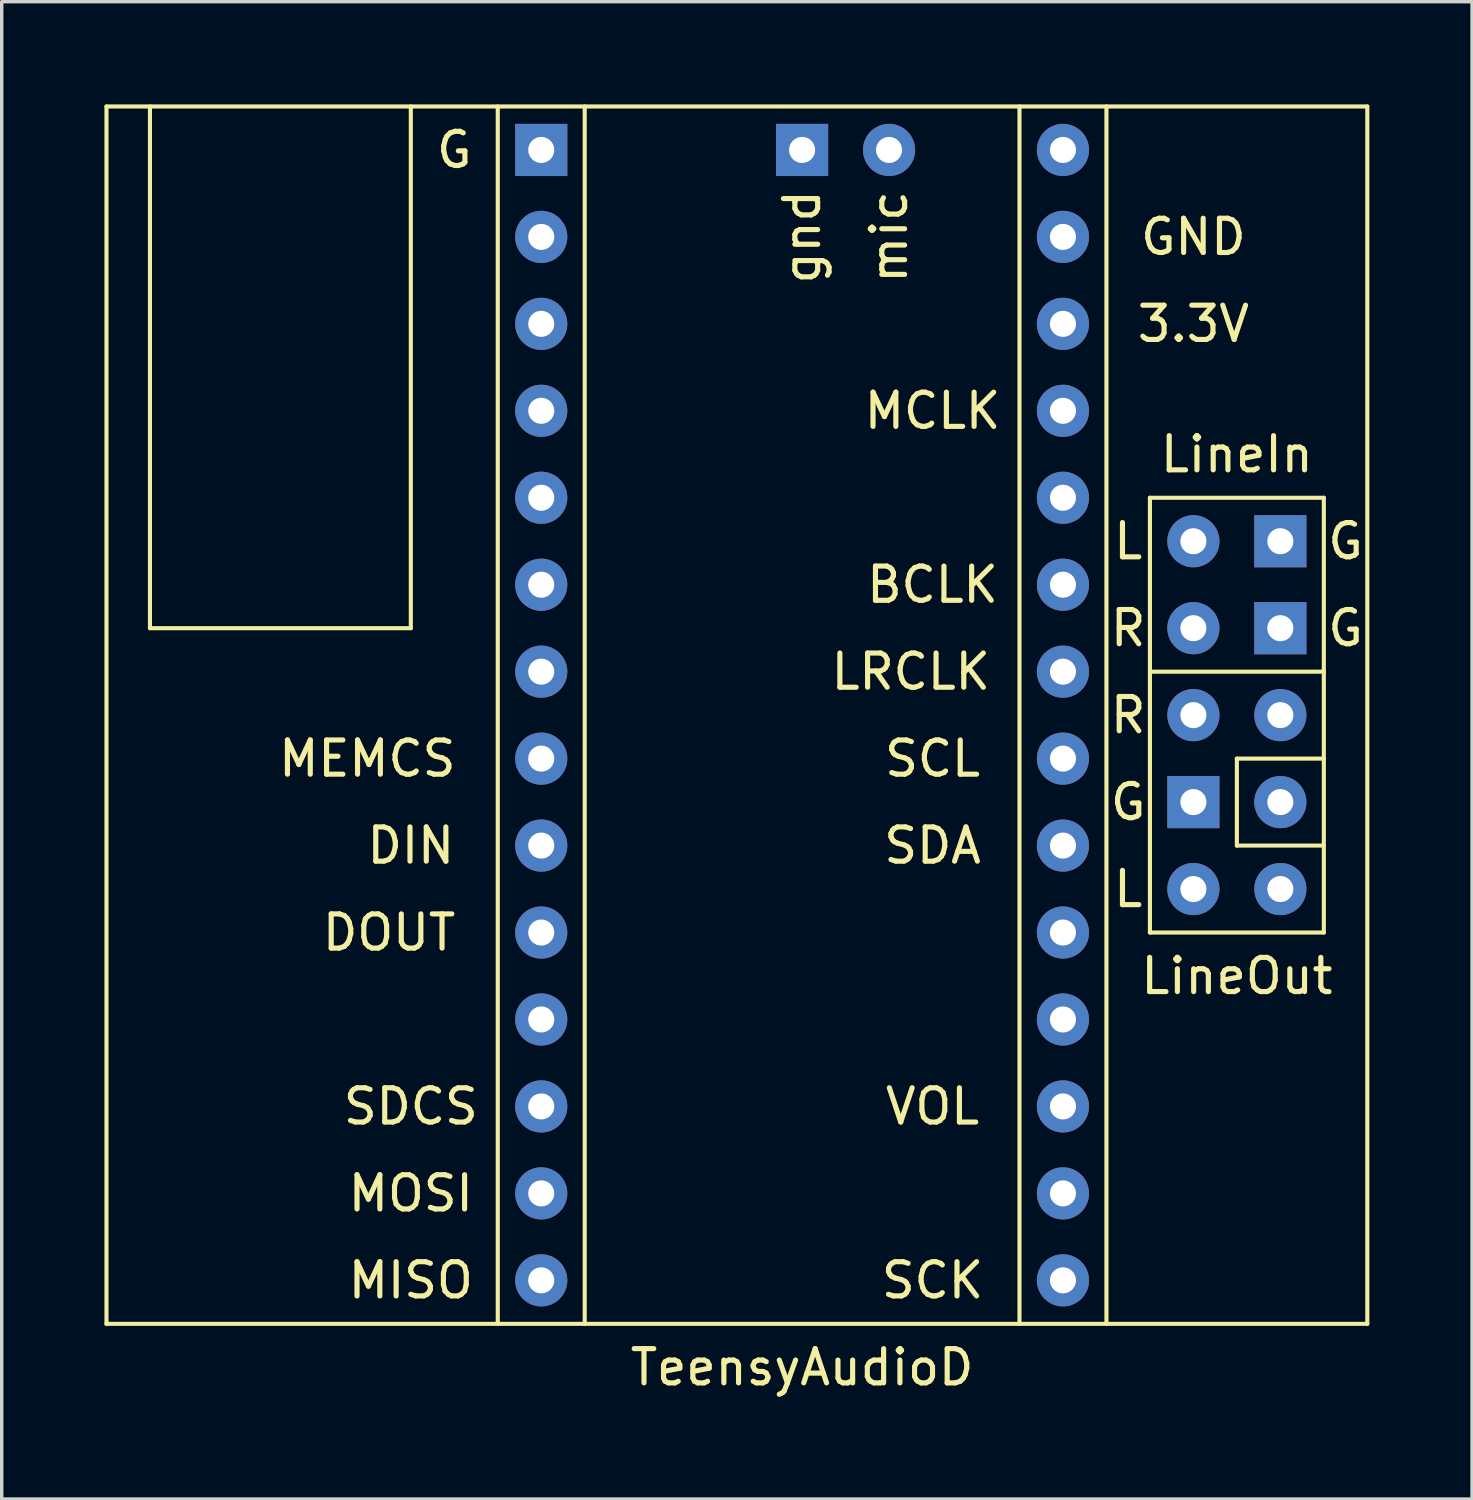
<source format=kicad_pcb>
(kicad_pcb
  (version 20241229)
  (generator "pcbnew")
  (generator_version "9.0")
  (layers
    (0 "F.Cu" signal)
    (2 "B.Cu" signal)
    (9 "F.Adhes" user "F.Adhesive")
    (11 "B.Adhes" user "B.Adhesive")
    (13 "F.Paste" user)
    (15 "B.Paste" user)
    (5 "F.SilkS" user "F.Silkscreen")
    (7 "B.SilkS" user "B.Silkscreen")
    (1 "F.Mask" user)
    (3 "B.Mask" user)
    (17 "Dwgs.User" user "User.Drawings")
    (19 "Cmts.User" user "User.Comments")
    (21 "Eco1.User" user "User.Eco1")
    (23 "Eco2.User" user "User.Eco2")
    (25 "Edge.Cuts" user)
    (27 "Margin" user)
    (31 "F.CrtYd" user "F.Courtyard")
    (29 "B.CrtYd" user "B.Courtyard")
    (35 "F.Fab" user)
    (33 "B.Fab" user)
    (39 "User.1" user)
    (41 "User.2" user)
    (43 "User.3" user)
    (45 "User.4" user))
  (footprint "TeensyAudioD"
    (layer "F.Cu")
    (at 20.38 16.57)
    (property "Reference" "TeensyAudioD" (at 0 20.32 0) (layer "F.SilkS") (effects (font (size 1 1) (thickness 0.15))))
    (attr through_hole)
    (fp_line (start -20.32 -16.51) (end 16.51 -16.51) (stroke (width 0.12) (type solid)) (layer "F.SilkS"))
    (fp_line (start -20.32 19.05) (end -20.32 -16.51) (stroke (width 0.12) (type solid)) (layer "F.SilkS"))
    (fp_line (start -19.05 -16.51) (end -19.05 -1.27) (stroke (width 0.12) (type solid)) (layer "F.SilkS"))
    (fp_line (start -19.05 -1.27) (end -11.43 -1.27) (stroke (width 0.12) (type solid)) (layer "F.SilkS"))
    (fp_line (start -11.43 -1.27) (end -11.43 -16.51) (stroke (width 0.12) (type solid)) (layer "F.SilkS"))
    (fp_line (start -8.89 -16.51) (end -8.89 19.05) (stroke (width 0.12) (type solid)) (layer "F.SilkS"))
    (fp_line (start -6.35 19.05) (end -6.35 -16.51) (stroke (width 0.12) (type solid)) (layer "F.SilkS"))
    (fp_line (start 6.35 -16.51) (end 6.35 19.05) (stroke (width 0.12) (type solid)) (layer "F.SilkS"))
    (fp_line (start 8.89 19.05) (end 8.89 -16.51) (stroke (width 0.12) (type solid)) (layer "F.SilkS"))
    (fp_line (start 10.16 -5.08) (end 10.16 7.62) (stroke (width 0.12) (type solid)) (layer "F.SilkS"))
    (fp_line (start 10.16 -5.08) (end 15.24 -5.08) (stroke (width 0.12) (type solid)) (layer "F.SilkS"))
    (fp_line (start 10.16 0) (end 15.24 0) (stroke (width 0.12) (type solid)) (layer "F.SilkS"))
    (fp_line (start 12.7 2.54) (end 12.7 5.08) (stroke (width 0.12) (type solid)) (layer "F.SilkS"))
    (fp_line (start 12.7 5.08) (end 15.24 5.08) (stroke (width 0.12) (type solid)) (layer "F.SilkS"))
    (fp_line (start 15.24 -5.08) (end 15.24 7.62) (stroke (width 0.12) (type solid)) (layer "F.SilkS"))
    (fp_line (start 15.24 2.54) (end 12.7 2.54) (stroke (width 0.12) (type solid)) (layer "F.SilkS"))
    (fp_line (start 15.24 7.62) (end 10.16 7.62) (stroke (width 0.12) (type solid)) (layer "F.SilkS"))
    (fp_line (start 16.51 -16.51) (end 16.51 19.05) (stroke (width 0.12) (type solid)) (layer "F.SilkS"))
    (fp_line (start 16.51 19.05) (end -20.32 19.05) (stroke (width 0.12) (type solid)) (layer "F.SilkS"))
    (fp_text user "LRCLK" (at 3.175 0 0) (layer "F.SilkS") (effects (font (size 1 1) (thickness 0.15))))
    (fp_text user "MOSI" (at -11.43 15.24 0) (layer "F.SilkS") (effects (font (size 1 1) (thickness 0.15))))
    (fp_text user "G" (at 9.525 3.81 0) (layer "F.SilkS") (effects (font (size 1 1) (thickness 0.15))))
    (fp_text user "SDCS" (at -11.43 12.7 0) (layer "F.SilkS") (effects (font (size 1 1) (thickness 0.15))))
    (fp_text user "VOL" (at 3.81 12.7 0) (layer "F.SilkS") (effects (font (size 1 1) (thickness 0.15))))
    (fp_text user "MEMCS" (at -12.7 2.54 0) (layer "F.SilkS") (effects (font (size 1 1) (thickness 0.15))))
    (fp_text user "SCK" (at 3.81 17.78 0) (layer "F.SilkS") (effects (font (size 1 1) (thickness 0.15))))
    (fp_text user "gnd" (at 0 -12.7 270) (layer "F.SilkS") (effects (font (size 1 1) (thickness 0.15))))
    (fp_text user "DIN" (at -11.43 5.08 0) (layer "F.SilkS") (effects (font (size 1 1) (thickness 0.15))))
    (fp_text user "MISO" (at -11.43 17.78 0) (layer "F.SilkS") (effects (font (size 1 1) (thickness 0.15))))
    (fp_text user "BCLK" (at 3.81 -2.54 0) (layer "F.SilkS") (effects (font (size 1 1) (thickness 0.15))))
    (fp_text user "LineOut" (at 12.7 8.89 0) (layer "F.SilkS") (effects (font (size 1 1) (thickness 0.15))))
    (fp_text user "L" (at 9.525 -3.81 0) (layer "F.SilkS") (effects (font (size 1 1) (thickness 0.15))))
    (fp_text user "R" (at 9.525 -1.27 0) (layer "F.SilkS") (effects (font (size 1 1) (thickness 0.15))))
    (fp_text user "3.3V" (at 11.43 -10.16 0) (layer "F.SilkS") (effects (font (size 1 1) (thickness 0.15))))
    (fp_text user "G" (at 15.875 -1.27 0) (layer "F.SilkS") (effects (font (size 1 1) (thickness 0.15))))
    (fp_text user "DOUT" (at -12.065 7.62 0) (layer "F.SilkS") (effects (font (size 1 1) (thickness 0.15))))
    (fp_text user "R" (at 9.525 1.27 0) (layer "F.SilkS") (effects (font (size 1 1) (thickness 0.15))))
    (fp_text user "LineIn" (at 12.7 -6.35 0) (layer "F.SilkS") (effects (font (size 1 1) (thickness 0.15))))
    (fp_text user "G" (at 15.875 -3.81 0) (layer "F.SilkS") (effects (font (size 1 1) (thickness 0.15))))
    (fp_text user "MCLK" (at 3.81 -7.62 0) (layer "F.SilkS") (effects (font (size 1 1) (thickness 0.15))))
    (fp_text user "SDA" (at 3.81 5.08 0) (layer "F.SilkS") (effects (font (size 1 1) (thickness 0.15))))
    (fp_text user "G" (at -10.16 -15.24 0) (layer "F.SilkS") (effects (font (size 1 1) (thickness 0.15))))
    (fp_text user "mic" (at 2.54 -12.7 90) (layer "F.SilkS") (effects (font (size 1 1) (thickness 0.15))))
    (fp_text user "SCL" (at 3.81 2.54 0) (layer "F.SilkS") (effects (font (size 1 1) (thickness 0.15))))
    (fp_text user "L" (at 9.525 6.35 0) (layer "F.SilkS") (effects (font (size 1 1) (thickness 0.15))))
    (fp_text user "GND" (at 11.43 -12.7 0) (layer "F.SilkS") (effects (font (size 1 1) (thickness 0.15))))
    (pad "1" thru_hole rect (at -7.62 -15.24) (size 1.524 1.524) (drill 0.762) (layers "*.Cu" "*.Mask"))
    (pad "2" thru_hole circle (at -7.62 -12.7) (size 1.524 1.524) (drill 0.762) (layers "*.Cu" "*.Mask"))
    (pad "3" thru_hole circle (at -7.62 -10.16) (size 1.524 1.524) (drill 0.762) (layers "*.Cu" "*.Mask"))
    (pad "4" thru_hole circle (at -7.62 -7.62) (size 1.524 1.524) (drill 0.762) (layers "*.Cu" "*.Mask"))
    (pad "5" thru_hole circle (at -7.62 -5.08) (size 1.524 1.524) (drill 0.762) (layers "*.Cu" "*.Mask"))
    (pad "6" thru_hole circle (at -7.62 -2.54) (size 1.524 1.524) (drill 0.762) (layers "*.Cu" "*.Mask"))
    (pad "7" thru_hole circle (at -7.62 0) (size 1.524 1.524) (drill 0.762) (layers "*.Cu" "*.Mask"))
    (pad "8" thru_hole circle (at -7.62 2.54) (size 1.524 1.524) (drill 0.762) (layers "*.Cu" "*.Mask"))
    (pad "9" thru_hole circle (at -7.62 5.08) (size 1.524 1.524) (drill 0.762) (layers "*.Cu" "*.Mask"))
    (pad "10" thru_hole circle (at -7.62 7.62) (size 1.524 1.524) (drill 0.762) (layers "*.Cu" "*.Mask"))
    (pad "11" thru_hole circle (at -7.62 10.16) (size 1.524 1.524) (drill 0.762) (layers "*.Cu" "*.Mask"))
    (pad "12" thru_hole circle (at -7.62 12.7) (size 1.524 1.524) (drill 0.762) (layers "*.Cu" "*.Mask"))
    (pad "13" thru_hole circle (at -7.62 15.24) (size 1.524 1.524) (drill 0.762) (layers "*.Cu" "*.Mask"))
    (pad "14" thru_hole circle (at -7.62 17.78) (size 1.524 1.524) (drill 0.762) (layers "*.Cu" "*.Mask"))
    (pad "15" thru_hole circle (at 7.62 17.78) (size 1.524 1.524) (drill 0.762) (layers "*.Cu" "*.Mask"))
    (pad "16" thru_hole circle (at 7.62 15.24) (size 1.524 1.524) (drill 0.762) (layers "*.Cu" "*.Mask"))
    (pad "17" thru_hole circle (at 7.62 12.7) (size 1.524 1.524) (drill 0.762) (layers "*.Cu" "*.Mask"))
    (pad "18" thru_hole circle (at 7.62 10.16) (size 1.524 1.524) (drill 0.762) (layers "*.Cu" "*.Mask"))
    (pad "19" thru_hole circle (at 7.62 7.62) (size 1.524 1.524) (drill 0.762) (layers "*.Cu" "*.Mask"))
    (pad "20" thru_hole circle (at 7.62 5.08) (size 1.524 1.524) (drill 0.762) (layers "*.Cu" "*.Mask"))
    (pad "21" thru_hole circle (at 7.62 2.54) (size 1.524 1.524) (drill 0.762) (layers "*.Cu" "*.Mask"))
    (pad "22" thru_hole circle (at 7.62 0) (size 1.524 1.524) (drill 0.762) (layers "*.Cu" "*.Mask"))
    (pad "23" thru_hole circle (at 7.62 -2.54) (size 1.524 1.524) (drill 0.762) (layers "*.Cu" "*.Mask"))
    (pad "24" thru_hole circle (at 7.62 -5.08) (size 1.524 1.524) (drill 0.762) (layers "*.Cu" "*.Mask"))
    (pad "25" thru_hole circle (at 7.62 -7.62) (size 1.524 1.524) (drill 0.762) (layers "*.Cu" "*.Mask"))
    (pad "26" thru_hole circle (at 7.62 -10.16) (size 1.524 1.524) (drill 0.762) (layers "*.Cu" "*.Mask"))
    (pad "27" thru_hole circle (at 7.62 -12.7) (size 1.524 1.524) (drill 0.762) (layers "*.Cu" "*.Mask"))
    (pad "28" thru_hole circle (at 7.62 -15.24) (size 1.524 1.524) (drill 0.762) (layers "*.Cu" "*.Mask"))
    (pad "29" thru_hole circle (at 11.43 -3.81) (size 1.524 1.524) (drill 0.762) (layers "*.Cu" "*.Mask"))
    (pad "30" thru_hole circle (at 11.43 -1.27) (size 1.524 1.524) (drill 0.762) (layers "*.Cu" "*.Mask"))
    (pad "31" thru_hole circle (at 11.43 1.27) (size 1.524 1.524) (drill 0.762) (layers "*.Cu" "*.Mask"))
    (pad "32" thru_hole rect (at 11.43 3.81) (size 1.524 1.524) (drill 0.762) (layers "*.Cu" "*.Mask"))
    (pad "33" thru_hole circle (at 11.43 6.35) (size 1.524 1.524) (drill 0.762) (layers "*.Cu" "*.Mask"))
    (pad "34" thru_hole circle (at 13.97 6.35) (size 1.524 1.524) (drill 0.762) (layers "*.Cu" "*.Mask"))
    (pad "35" thru_hole circle (at 13.97 3.81) (size 1.524 1.524) (drill 0.762) (layers "*.Cu" "*.Mask"))
    (pad "36" thru_hole circle (at 13.97 1.27) (size 1.524 1.524) (drill 0.762) (layers "*.Cu" "*.Mask"))
    (pad "37" thru_hole rect (at 13.97 -1.27) (size 1.524 1.524) (drill 0.762) (layers "*.Cu" "*.Mask"))
    (pad "38" thru_hole rect (at 13.97 -3.81) (size 1.524 1.524) (drill 0.762) (layers "*.Cu" "*.Mask"))
    (pad "39" thru_hole rect (at 0 -15.24) (size 1.524 1.524) (drill 0.762) (layers "*.Cu" "*.Mask"))
    (pad "40" thru_hole circle (at 2.54 -15.24) (size 1.524 1.524) (drill 0.762) (layers "*.Cu" "*.Mask")))
  (gr_rect
    (start -3 -3)
    (end 39.95 40.738)
    (stroke (width 0.1) (type default))
    (fill no)
    (layer "Edge.Cuts")))
</source>
